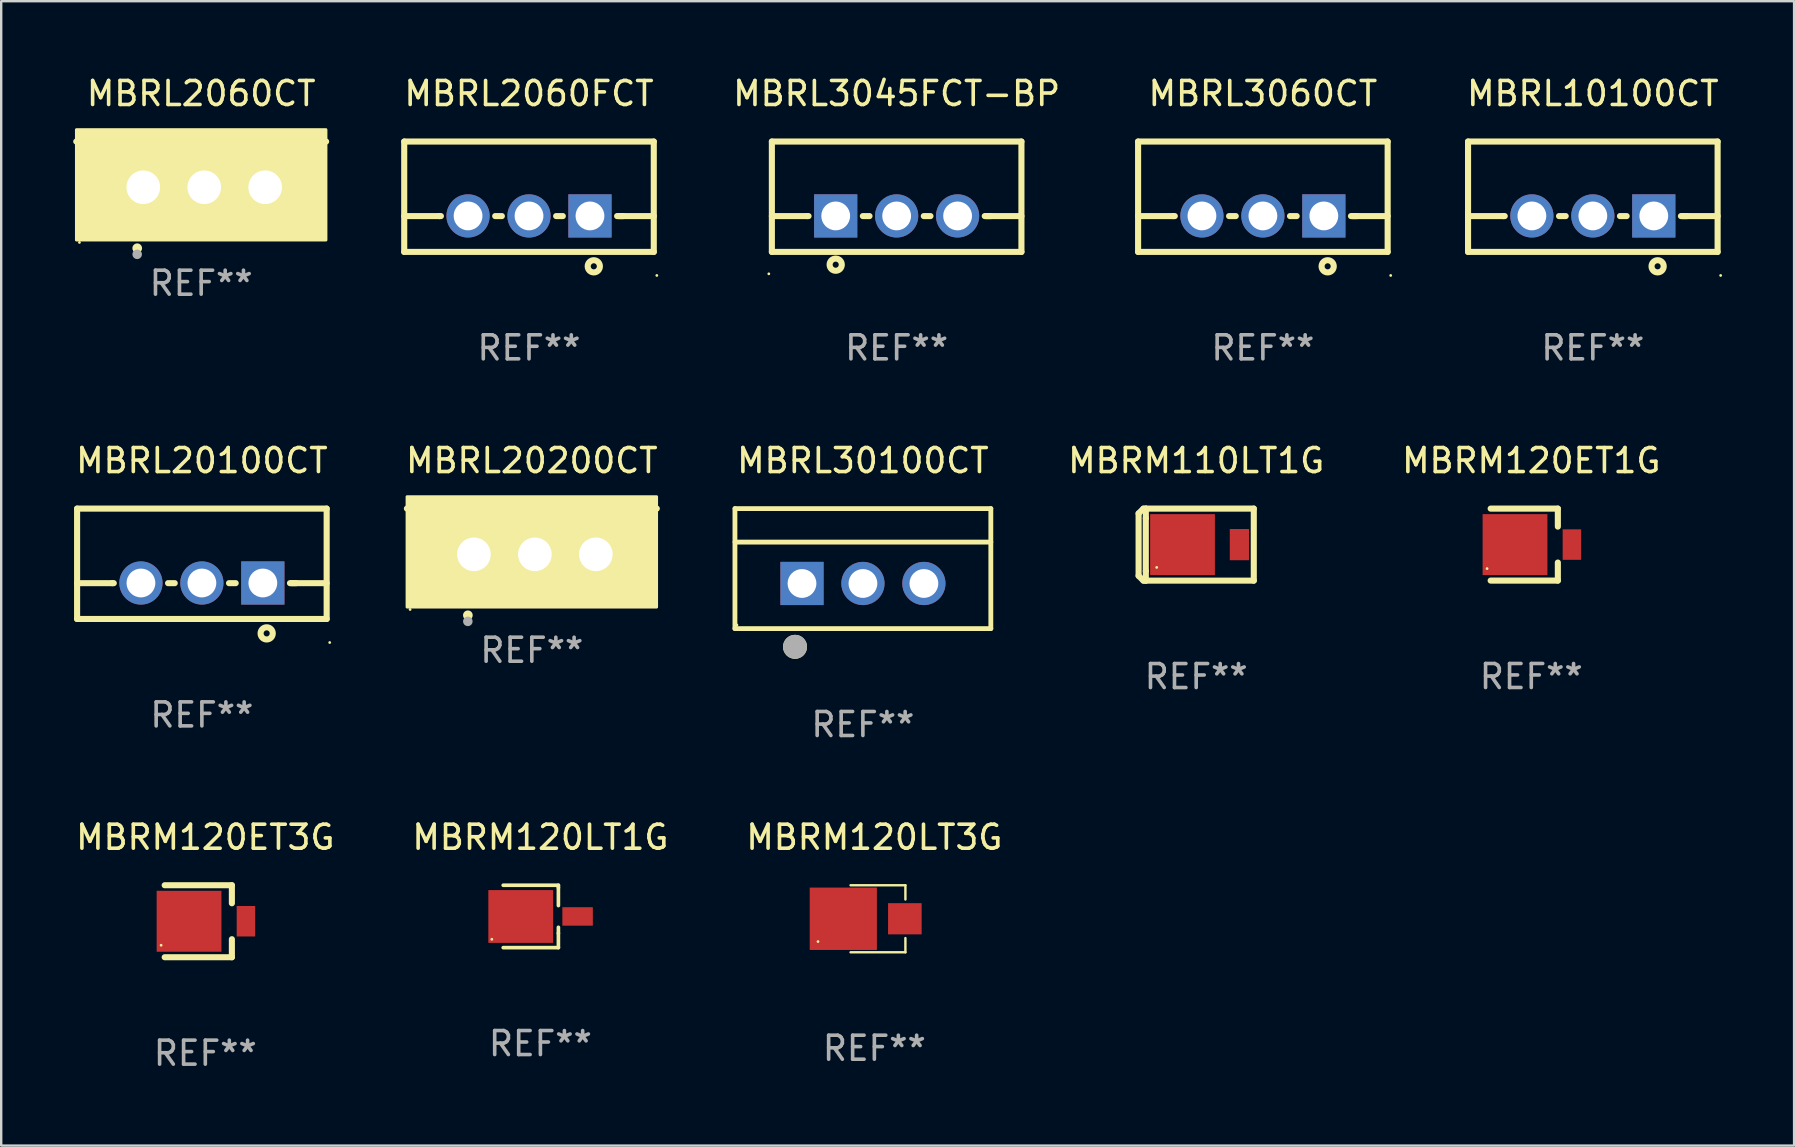
<source format=kicad_pcb>
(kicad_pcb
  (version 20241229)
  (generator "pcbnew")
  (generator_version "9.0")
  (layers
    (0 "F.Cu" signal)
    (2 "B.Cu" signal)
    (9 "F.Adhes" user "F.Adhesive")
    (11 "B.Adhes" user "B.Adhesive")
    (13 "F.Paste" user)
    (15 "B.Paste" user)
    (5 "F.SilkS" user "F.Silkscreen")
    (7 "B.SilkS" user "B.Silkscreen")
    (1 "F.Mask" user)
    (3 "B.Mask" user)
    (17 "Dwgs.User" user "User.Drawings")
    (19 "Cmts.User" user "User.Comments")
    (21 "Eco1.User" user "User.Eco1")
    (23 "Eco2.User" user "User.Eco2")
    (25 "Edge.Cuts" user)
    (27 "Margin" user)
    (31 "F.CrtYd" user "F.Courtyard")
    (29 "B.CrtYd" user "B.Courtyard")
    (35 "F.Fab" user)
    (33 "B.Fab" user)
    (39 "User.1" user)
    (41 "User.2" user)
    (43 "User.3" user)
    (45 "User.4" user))
  (footprint "MBRL3060CT"
    (layer "F.Cu")
    (at 49.578 5.148)
    (property "Reference" "MBRL3060CT" (at 0 -4.3 0) (layer "F.SilkS") (effects (font (size 1 1) (thickness 0.15))))
    (attr through_hole)
    (fp_line (start -5.2 -2.3) (end -5.2 2.3) (stroke (width 0.254) (type solid)) (layer "F.SilkS"))
    (fp_line (start -5.2 -2.3) (end 5.2 -2.3) (stroke (width 0.254) (type solid)) (layer "F.SilkS"))
    (fp_line (start -5.2 0.807) (end -3.731 0.807) (stroke (width 0.254) (type solid)) (layer "F.SilkS"))
    (fp_line (start -5.2 2.3) (end 5.2 2.3) (stroke (width 0.254) (type solid)) (layer "F.SilkS"))
    (fp_line (start -3.731 0.807) (end -3.671 0.807) (stroke (width 0.254) (type solid)) (layer "F.SilkS"))
    (fp_line (start -1.409 0.807) (end -1.131 0.807) (stroke (width 0.254) (type solid)) (layer "F.SilkS"))
    (fp_line (start 1.131 0.807) (end 1.409 0.807) (stroke (width 0.254) (type solid)) (layer "F.SilkS"))
    (fp_line (start 3.671 0.807) (end 3.926 0.807) (stroke (width 0.254) (type solid)) (layer "F.SilkS"))
    (fp_line (start 3.731 0.807) (end 5.2 0.807) (stroke (width 0.254) (type solid)) (layer "F.SilkS"))
    (fp_line (start 5.2 -2.3) (end 5.2 2.3) (stroke (width 0.254) (type solid)) (layer "F.SilkS"))
    (fp_circle (center 2.7 2.9) (end 2.954 2.9) (stroke (width 0.254) (type solid)) (fill no) (layer "F.SilkS"))
    (fp_circle (center 5.327 3.281) (end 5.357 3.281) (stroke (width 0.06) (type solid)) (fill no) (layer "F.SilkS"))
    (fp_text user "REF**" (at 0 6.3 0) (layer "F.Fab") (effects (font (size 1 1) (thickness 0.15))))
    (pad "1" thru_hole rect (at 2.54 0.8) (size 1.8 1.8) (drill 1.2) (layers "*.Cu" "*.Mask"))
    (pad "2" thru_hole circle (at 0 0.8) (size 1.8 1.8) (drill 1.2) (layers "*.Cu" "*.Mask"))
    (pad "3" thru_hole circle (at -2.54 0.8) (size 1.8 1.8) (drill 1.2) (layers "*.Cu" "*.Mask")))
  (footprint "MBRL30100CT"
    (layer "F.Cu")
    (at 32.909 20.645)
    (property "Reference" "MBRL30100CT" (at 0 -4.5 0) (layer "F.SilkS") (effects (font (size 1 1) (thickness 0.15))))
    (attr through_hole)
    (fp_line (start -5.332 2.5) (end -5.332 -2.5) (stroke (width 0.201) (type solid)) (layer "F.SilkS"))
    (fp_line (start -5.328 -2.5) (end 5.332 -2.5) (stroke (width 0.201) (type solid)) (layer "F.SilkS"))
    (fp_line (start -5.328 -1.104) (end 5.332 -1.104) (stroke (width 0.201) (type solid)) (layer "F.SilkS"))
    (fp_line (start 5.332 -2.5) (end 5.332 2.5) (stroke (width 0.201) (type solid)) (layer "F.SilkS"))
    (fp_line (start 5.332 2.5) (end -5.332 2.5) (stroke (width 0.201) (type solid)) (layer "F.SilkS"))
    (fp_circle (center -5.248 2.35) (end -5.218 2.35) (stroke (width 0.06) (type solid)) (fill no) (layer "F.SilkS"))
    (fp_circle (center -2.828 3.26) (end -2.578 3.26) (stroke (width 0.5) (type solid)) (fill no) (layer "F.SilkS"))
    (fp_circle (center -2.828 3.26) (end -2.578 3.26) (stroke (width 0.5) (type solid)) (fill no) (layer "F.Fab"))
    (fp_text user "REF**" (at 0 6.5 0) (layer "F.Fab") (effects (font (size 1 1) (thickness 0.15))))
    (pad "1" thru_hole rect (at -2.538 0.62) (size 1.8 1.8) (drill 1.2) (layers "*.Cu" "*.Mask"))
    (pad "2" thru_hole circle (at 0.002 0.62) (size 1.8 1.8) (drill 1.2) (layers "*.Cu" "*.Mask"))
    (pad "3" thru_hole circle (at 2.542 0.62) (size 1.8 1.8) (drill 1.2) (layers "*.Cu" "*.Mask")))
  (footprint "MBRM120LT3G"
    (layer "F.Cu")
    (at 33.387 35.238)
    (property "Reference" "MBRM120LT3G" (at 0 -3.397 0) (layer "F.SilkS") (effects (font (size 1 1) (thickness 0.15))))
    (attr through_hole)
    (fp_line (start -0.992 1.397) (end 1.294 1.397) (stroke (width 0.1) (type solid)) (layer "F.SilkS"))
    (fp_line (start 1.294 -1.397) (end -0.992 -1.397) (stroke (width 0.1) (type solid)) (layer "F.SilkS"))
    (fp_line (start 1.294 -0.804) (end 1.294 -1.397) (stroke (width 0.1) (type solid)) (layer "F.SilkS"))
    (fp_line (start 1.294 1.397) (end 1.294 0.804) (stroke (width 0.1) (type solid)) (layer "F.SilkS"))
    (fp_circle (center -2.349 0.95) (end -2.319 0.95) (stroke (width 0.06) (type solid)) (fill no) (layer "F.SilkS"))
    (fp_text user "REF**" (at 0 5.397 0) (layer "F.Fab") (effects (font (size 1 1) (thickness 0.15))))
    (pad "1" smd rect (at -1.294 0.000076 90) (size 2.6 2.8) (layers "F.Cu" "F.Mask" "F.Paste"))
    (pad "2" smd rect (at 1.271 -0.000178 90) (size 1.3 1.4) (layers "F.Cu" "F.Mask" "F.Paste")))
  (footprint "MBRL10100CT"
    (layer "F.Cu")
    (at 63.328 5.148)
    (property "Reference" "MBRL10100CT" (at 0 -4.3 0) (layer "F.SilkS") (effects (font (size 1 1) (thickness 0.15))))
    (attr through_hole)
    (fp_line (start -5.2 -2.3) (end -5.2 2.3) (stroke (width 0.254) (type solid)) (layer "F.SilkS"))
    (fp_line (start -5.2 -2.3) (end 5.2 -2.3) (stroke (width 0.254) (type solid)) (layer "F.SilkS"))
    (fp_line (start -5.2 0.807) (end -3.731 0.807) (stroke (width 0.254) (type solid)) (layer "F.SilkS"))
    (fp_line (start -5.2 2.3) (end 5.2 2.3) (stroke (width 0.254) (type solid)) (layer "F.SilkS"))
    (fp_line (start -3.731 0.807) (end -3.671 0.807) (stroke (width 0.254) (type solid)) (layer "F.SilkS"))
    (fp_line (start -1.409 0.807) (end -1.131 0.807) (stroke (width 0.254) (type solid)) (layer "F.SilkS"))
    (fp_line (start 1.131 0.807) (end 1.409 0.807) (stroke (width 0.254) (type solid)) (layer "F.SilkS"))
    (fp_line (start 3.671 0.807) (end 3.926 0.807) (stroke (width 0.254) (type solid)) (layer "F.SilkS"))
    (fp_line (start 3.731 0.807) (end 5.2 0.807) (stroke (width 0.254) (type solid)) (layer "F.SilkS"))
    (fp_line (start 5.2 -2.3) (end 5.2 2.3) (stroke (width 0.254) (type solid)) (layer "F.SilkS"))
    (fp_circle (center 2.7 2.9) (end 2.954 2.9) (stroke (width 0.254) (type solid)) (fill no) (layer "F.SilkS"))
    (fp_circle (center 5.327 3.281) (end 5.357 3.281) (stroke (width 0.06) (type solid)) (fill no) (layer "F.SilkS"))
    (fp_text user "REF**" (at 0 6.3 0) (layer "F.Fab") (effects (font (size 1 1) (thickness 0.15))))
    (pad "1" thru_hole rect (at 2.54 0.8) (size 1.8 1.8) (drill 1.2) (layers "*.Cu" "*.Mask"))
    (pad "2" thru_hole circle (at 0 0.8) (size 1.8 1.8) (drill 1.2) (layers "*.Cu" "*.Mask"))
    (pad "3" thru_hole circle (at -2.54 0.8) (size 1.8 1.8) (drill 1.2) (layers "*.Cu" "*.Mask")))
  (footprint "MBRL20100CT"
    (layer "F.Cu")
    (at 5.363 20.445)
    (property "Reference" "MBRL20100CT" (at 0 -4.3 0) (layer "F.SilkS") (effects (font (size 1 1) (thickness 0.15))))
    (attr through_hole)
    (fp_line (start -5.2 -2.3) (end -5.2 2.3) (stroke (width 0.254) (type solid)) (layer "F.SilkS"))
    (fp_line (start -5.2 -2.3) (end 5.2 -2.3) (stroke (width 0.254) (type solid)) (layer "F.SilkS"))
    (fp_line (start -5.2 0.807) (end -3.731 0.807) (stroke (width 0.254) (type solid)) (layer "F.SilkS"))
    (fp_line (start -5.2 2.3) (end 5.2 2.3) (stroke (width 0.254) (type solid)) (layer "F.SilkS"))
    (fp_line (start -3.731 0.807) (end -3.671 0.807) (stroke (width 0.254) (type solid)) (layer "F.SilkS"))
    (fp_line (start -1.409 0.807) (end -1.131 0.807) (stroke (width 0.254) (type solid)) (layer "F.SilkS"))
    (fp_line (start 1.131 0.807) (end 1.409 0.807) (stroke (width 0.254) (type solid)) (layer "F.SilkS"))
    (fp_line (start 3.671 0.807) (end 3.926 0.807) (stroke (width 0.254) (type solid)) (layer "F.SilkS"))
    (fp_line (start 3.731 0.807) (end 5.2 0.807) (stroke (width 0.254) (type solid)) (layer "F.SilkS"))
    (fp_line (start 5.2 -2.3) (end 5.2 2.3) (stroke (width 0.254) (type solid)) (layer "F.SilkS"))
    (fp_circle (center 2.7 2.9) (end 2.954 2.9) (stroke (width 0.254) (type solid)) (fill no) (layer "F.SilkS"))
    (fp_circle (center 5.327 3.281) (end 5.357 3.281) (stroke (width 0.06) (type solid)) (fill no) (layer "F.SilkS"))
    (fp_text user "REF**" (at 0 6.3 0) (layer "F.Fab") (effects (font (size 1 1) (thickness 0.15))))
    (pad "1" thru_hole rect (at 2.54 0.8) (size 1.8 1.8) (drill 1.2) (layers "*.Cu" "*.Mask"))
    (pad "2" thru_hole circle (at 0 0.8) (size 1.8 1.8) (drill 1.2) (layers "*.Cu" "*.Mask"))
    (pad "3" thru_hole circle (at -2.54 0.8) (size 1.8 1.8) (drill 1.2) (layers "*.Cu" "*.Mask")))
  (footprint "MBRM110LT1G"
    (layer "F.Cu")
    (at 46.799 19.646)
    (property "Reference" "MBRM110LT1G" (at 0 -3.501 0) (layer "F.SilkS") (effects (font (size 1 1) (thickness 0.15))))
    (attr through_hole)
    (fp_line (start -2.4 -1.3) (end -2.4 1.3) (stroke (width 0.254) (type solid)) (layer "F.SilkS"))
    (fp_line (start -2.4 1.3) (end -2.2 1.5) (stroke (width 0.254) (type solid)) (layer "F.SilkS"))
    (fp_line (start -2.2 -1.5) (end -2.4 -1.3) (stroke (width 0.254) (type solid)) (layer "F.SilkS"))
    (fp_line (start -2.2 1.5) (end -2.1 1.5) (stroke (width 0.254) (type solid)) (layer "F.SilkS"))
    (fp_line (start -2.1 -1.5) (end -2.2 -1.5) (stroke (width 0.254) (type solid)) (layer "F.SilkS"))
    (fp_line (start -2.1 -1.1) (end -2.1 1.1) (stroke (width 0.254) (type solid)) (layer "F.SilkS"))
    (fp_line (start -2.099 -1.501) (end 2.4 -1.501) (stroke (width 0.254) (type solid)) (layer "F.SilkS"))
    (fp_line (start -2.099 -1.1) (end -2.099 -1.501) (stroke (width 0.254) (type solid)) (layer "F.SilkS"))
    (fp_line (start -2.099 1.501) (end -2.099 1.1) (stroke (width 0.254) (type solid)) (layer "F.SilkS"))
    (fp_line (start 2.4 -1.501) (end 2.4 1.501) (stroke (width 0.254) (type solid)) (layer "F.SilkS"))
    (fp_line (start 2.4 1.501) (end -2.099 1.501) (stroke (width 0.254) (type solid)) (layer "F.SilkS"))
    (fp_circle (center -1.645 0.95) (end -1.615 0.95) (stroke (width 0.06) (type solid)) (fill no) (layer "F.SilkS"))
    (fp_text user "REF**" (at 0 5.501 0) (layer "F.Fab") (effects (font (size 1 1) (thickness 0.15))))
    (pad "1" smd rect (at -0.57 0) (size 2.7 2.54) (layers "F.Cu" "F.Mask" "F.Paste"))
    (pad "2" smd rect (at 1.8 0) (size 0.8 1.3) (layers "F.Cu" "F.Mask" "F.Paste")))
  (footprint "MBRL2060CT"
    (layer "F.Cu")
    (at 5.334 3.801)
    (property "Reference" "MBRL2060CT" (at 0 -2.953 0) (layer "F.SilkS") (effects (font (size 1 1) (thickness 0.15))))
    (attr through_hole)
    (fp_line (start 5.207 -0.953) (end -5.207 -0.953) (stroke (width 0.254) (type solid)) (layer "F.SilkS"))
    (fp_arc (start -2.66698 3.49252) (mid -2.66571 3.492516) (end -2.66444 3.49252) (stroke (width 0.4) (type solid)) (layer "F.SilkS"))
    (fp_circle (center -5.073 3.252) (end -5.043 3.252) (stroke (width 0.06) (type solid)) (fill no) (layer "F.SilkS"))
    (fp_poly (pts (xy -5.2 -1.448) (xy 5.2 -1.448) (xy 5.2 3.152) (xy -5.2 3.152)) (stroke (width 0.12) (type solid)) (fill yes) (layer "F.SilkS"))
    (fp_circle (center -2.667 3.747) (end -2.567 3.747) (stroke (width 0.2) (type solid)) (fill no) (layer "F.Fab"))
    (fp_text user "REF**" (at 0 4.953 0) (layer "F.Fab") (effects (font (size 1 1) (thickness 0.15))))
    (pad "1" thru_hole rect (at -2.413 0.953) (size 2 2.5) (drill 1.4) (layers "*.Cu" "*.Mask"))
    (pad "2" thru_hole oval (at 0.127 0.953) (size 2 2.5) (drill 1.4) (layers "*.Cu" "*.Mask"))
    (pad "3" thru_hole oval (at 2.667 0.953) (size 2 2.5) (drill 1.4) (layers "*.Cu" "*.Mask")))
  (footprint "MBRL20200CT"
    (layer "F.Cu")
    (at 19.113 19.097)
    (property "Reference" "MBRL20200CT" (at 0 -2.953 0) (layer "F.SilkS") (effects (font (size 1 1) (thickness 0.15))))
    (attr through_hole)
    (fp_line (start 5.207 -0.953) (end -5.207 -0.953) (stroke (width 0.254) (type solid)) (layer "F.SilkS"))
    (fp_arc (start -2.66698 3.49252) (mid -2.66571 3.492516) (end -2.66444 3.49252) (stroke (width 0.4) (type solid)) (layer "F.SilkS"))
    (fp_circle (center -5.073 3.252) (end -5.043 3.252) (stroke (width 0.06) (type solid)) (fill no) (layer "F.SilkS"))
    (fp_poly (pts (xy -5.2 -1.448) (xy 5.2 -1.448) (xy 5.2 3.152) (xy -5.2 3.152)) (stroke (width 0.12) (type solid)) (fill yes) (layer "F.SilkS"))
    (fp_circle (center -2.667 3.747) (end -2.567 3.747) (stroke (width 0.2) (type solid)) (fill no) (layer "F.Fab"))
    (fp_text user "REF**" (at 0 4.953 0) (layer "F.Fab") (effects (font (size 1 1) (thickness 0.15))))
    (pad "1" thru_hole rect (at -2.413 0.953) (size 2 2.5) (drill 1.4) (layers "*.Cu" "*.Mask"))
    (pad "2" thru_hole oval (at 0.127 0.953) (size 2 2.5) (drill 1.4) (layers "*.Cu" "*.Mask"))
    (pad "3" thru_hole oval (at 2.667 0.953) (size 2 2.5) (drill 1.4) (layers "*.Cu" "*.Mask")))
  (footprint "MBRM120LT1G"
    (layer "F.Cu")
    (at 19.47 35.141)
    (property "Reference" "MBRM120LT1G" (at 0 -3.3 0) (layer "F.SilkS") (effects (font (size 1 1) (thickness 0.15))))
    (attr through_hole)
    (fp_line (start 0.75 -1.3) (end -1.55 -1.3) (stroke (width 0.152) (type solid)) (layer "F.SilkS"))
    (fp_line (start 0.75 -1.2) (end 0.75 -1.3) (stroke (width 0.152) (type solid)) (layer "F.SilkS"))
    (fp_line (start 0.75 -0.453) (end 0.75 -1.2) (stroke (width 0.152) (type solid)) (layer "F.SilkS"))
    (fp_line (start 0.75 0.7) (end 0.75 0.453) (stroke (width 0.152) (type solid)) (layer "F.SilkS"))
    (fp_line (start 0.75 0.7) (end 0.75 1.3) (stroke (width 0.152) (type solid)) (layer "F.SilkS"))
    (fp_line (start 0.75 1.3) (end -1.55 1.3) (stroke (width 0.152) (type solid)) (layer "F.SilkS"))
    (fp_circle (center -2.024 0.951) (end -1.994 0.951) (stroke (width 0.06) (type solid)) (fill no) (layer "F.SilkS"))
    (fp_text user "REF**" (at 0 5.3 0) (layer "F.Fab") (effects (font (size 1 1) (thickness 0.15))))
    (pad "1" smd rect (at -0.82 0.002) (size 2.7 2.2) (layers "F.Cu" "F.Mask" "F.Paste"))
    (pad "2" smd rect (at 1.55 0) (size 1.27 0.77) (layers "F.Cu" "F.Mask" "F.Paste")))
  (footprint "MBRM120ET1G"
    (layer "F.Cu")
    (at 60.763 19.645)
    (property "Reference" "MBRM120ET1G" (at 0 -3.5 0) (layer "F.SilkS") (effects (font (size 1 1) (thickness 0.15))))
    (attr through_hole)
    (fp_line (start -1.693 -1.5) (end 1.107 -1.5) (stroke (width 0.254) (type solid)) (layer "F.SilkS"))
    (fp_line (start -1.693 1.5) (end 1.107 1.5) (stroke (width 0.254) (type solid)) (layer "F.SilkS"))
    (fp_line (start 1.107 -1.5) (end 1.107 -0.749) (stroke (width 0.254) (type solid)) (layer "F.SilkS"))
    (fp_line (start 1.107 0.748) (end 1.107 1.5) (stroke (width 0.254) (type solid)) (layer "F.SilkS"))
    (fp_circle (center -1.842 1) (end -1.812 1) (stroke (width 0.06) (type solid)) (fill no) (layer "F.SilkS"))
    (fp_text user "REF**" (at 0 5.5 0) (layer "F.Fab") (effects (font (size 1 1) (thickness 0.15))))
    (pad "1" smd rect (at -0.678 0.001) (size 2.7 2.54) (layers "F.Cu" "F.Mask" "F.Paste"))
    (pad "2" smd rect (at 1.693 -0.001) (size 0.77 1.27) (layers "F.Cu" "F.Mask" "F.Paste")))
  (footprint "MBRM120ET3G"
    (layer "F.Cu")
    (at 5.506 35.341)
    (property "Reference" "MBRM120ET3G" (at 0 -3.5 0) (layer "F.SilkS") (effects (font (size 1 1) (thickness 0.15))))
    (attr through_hole)
    (fp_line (start -1.693 -1.5) (end 1.107 -1.5) (stroke (width 0.254) (type solid)) (layer "F.SilkS"))
    (fp_line (start -1.693 1.5) (end 1.107 1.5) (stroke (width 0.254) (type solid)) (layer "F.SilkS"))
    (fp_line (start 1.107 -1.5) (end 1.107 -0.749) (stroke (width 0.254) (type solid)) (layer "F.SilkS"))
    (fp_line (start 1.107 0.748) (end 1.107 1.5) (stroke (width 0.254) (type solid)) (layer "F.SilkS"))
    (fp_circle (center -1.842 1) (end -1.812 1) (stroke (width 0.06) (type solid)) (fill no) (layer "F.SilkS"))
    (fp_text user "REF**" (at 0 5.5 0) (layer "F.Fab") (effects (font (size 1 1) (thickness 0.15))))
    (pad "1" smd rect (at -0.678 0.001) (size 2.7 2.54) (layers "F.Cu" "F.Mask" "F.Paste"))
    (pad "2" smd rect (at 1.693 -0.001) (size 0.77 1.27) (layers "F.Cu" "F.Mask" "F.Paste")))
  (footprint "MBRL3045FCT-BP"
    (layer "F.Cu")
    (at 34.316 5.148)
    (property "Reference" "MBRL3045FCT-BP" (at 0 -4.3 0) (layer "F.SilkS") (effects (font (size 1 1) (thickness 0.15))))
    (attr through_hole)
    (fp_line (start -5.2 -2.3) (end -5.2 2.3) (stroke (width 0.254) (type solid)) (layer "F.SilkS"))
    (fp_line (start -5.2 -2.3) (end 5.2 -2.3) (stroke (width 0.254) (type solid)) (layer "F.SilkS"))
    (fp_line (start -5.2 0.807) (end -3.731 0.807) (stroke (width 0.254) (type solid)) (layer "F.SilkS"))
    (fp_line (start -5.2 2.3) (end 5.2 2.3) (stroke (width 0.254) (type solid)) (layer "F.SilkS"))
    (fp_line (start -3.731 0.807) (end -3.671 0.807) (stroke (width 0.254) (type solid)) (layer "F.SilkS"))
    (fp_line (start -1.409 0.807) (end -1.131 0.807) (stroke (width 0.254) (type solid)) (layer "F.SilkS"))
    (fp_line (start 1.131 0.807) (end 1.409 0.807) (stroke (width 0.254) (type solid)) (layer "F.SilkS"))
    (fp_line (start 3.671 0.807) (end 3.926 0.807) (stroke (width 0.254) (type solid)) (layer "F.SilkS"))
    (fp_line (start 3.731 0.807) (end 5.2 0.807) (stroke (width 0.254) (type solid)) (layer "F.SilkS"))
    (fp_line (start 5.2 -2.3) (end 5.2 2.3) (stroke (width 0.254) (type solid)) (layer "F.SilkS"))
    (fp_circle (center -5.327 3.213) (end -5.297 3.213) (stroke (width 0.06) (type solid)) (fill no) (layer "F.SilkS"))
    (fp_circle (center -2.54 2.832) (end -2.286 2.832) (stroke (width 0.254) (type solid)) (fill no) (layer "F.SilkS"))
    (fp_text user "REF**" (at 0 6.3 0) (layer "F.Fab") (effects (font (size 1 1) (thickness 0.15))))
    (pad "1" thru_hole rect (at -2.54 0.8) (size 1.8 1.8) (drill 1.2) (layers "*.Cu" "*.Mask"))
    (pad "2" thru_hole circle (at 0 0.8) (size 1.8 1.8) (drill 1.2) (layers "*.Cu" "*.Mask"))
    (pad "3" thru_hole circle (at 2.54 0.8) (size 1.8 1.8) (drill 1.2) (layers "*.Cu" "*.Mask")))
  (footprint "MBRL2060FCT"
    (layer "F.Cu")
    (at 18.995 5.148)
    (property "Reference" "MBRL2060FCT" (at 0 -4.3 0) (layer "F.SilkS") (effects (font (size 1 1) (thickness 0.15))))
    (attr through_hole)
    (fp_line (start -5.2 -2.3) (end -5.2 2.3) (stroke (width 0.254) (type solid)) (layer "F.SilkS"))
    (fp_line (start -5.2 -2.3) (end 5.2 -2.3) (stroke (width 0.254) (type solid)) (layer "F.SilkS"))
    (fp_line (start -5.2 0.807) (end -3.731 0.807) (stroke (width 0.254) (type solid)) (layer "F.SilkS"))
    (fp_line (start -5.2 2.3) (end 5.2 2.3) (stroke (width 0.254) (type solid)) (layer "F.SilkS"))
    (fp_line (start -3.731 0.807) (end -3.671 0.807) (stroke (width 0.254) (type solid)) (layer "F.SilkS"))
    (fp_line (start -1.409 0.807) (end -1.131 0.807) (stroke (width 0.254) (type solid)) (layer "F.SilkS"))
    (fp_line (start 1.131 0.807) (end 1.409 0.807) (stroke (width 0.254) (type solid)) (layer "F.SilkS"))
    (fp_line (start 3.671 0.807) (end 3.926 0.807) (stroke (width 0.254) (type solid)) (layer "F.SilkS"))
    (fp_line (start 3.731 0.807) (end 5.2 0.807) (stroke (width 0.254) (type solid)) (layer "F.SilkS"))
    (fp_line (start 5.2 -2.3) (end 5.2 2.3) (stroke (width 0.254) (type solid)) (layer "F.SilkS"))
    (fp_circle (center 2.7 2.9) (end 2.954 2.9) (stroke (width 0.254) (type solid)) (fill no) (layer "F.SilkS"))
    (fp_circle (center 5.327 3.281) (end 5.357 3.281) (stroke (width 0.06) (type solid)) (fill no) (layer "F.SilkS"))
    (fp_text user "REF**" (at 0 6.3 0) (layer "F.Fab") (effects (font (size 1 1) (thickness 0.15))))
    (pad "1" thru_hole rect (at 2.54 0.8) (size 1.8 1.8) (drill 1.2) (layers "*.Cu" "*.Mask"))
    (pad "2" thru_hole circle (at 0 0.8) (size 1.8 1.8) (drill 1.2) (layers "*.Cu" "*.Mask"))
    (pad "3" thru_hole circle (at -2.54 0.8) (size 1.8 1.8) (drill 1.2) (layers "*.Cu" "*.Mask")))
  (gr_rect
    (start -3 -3)
    (end 71.715 44.69)
    (stroke (width 0.1) (type default))
    (fill no)
    (layer "Edge.Cuts")))
</source>
